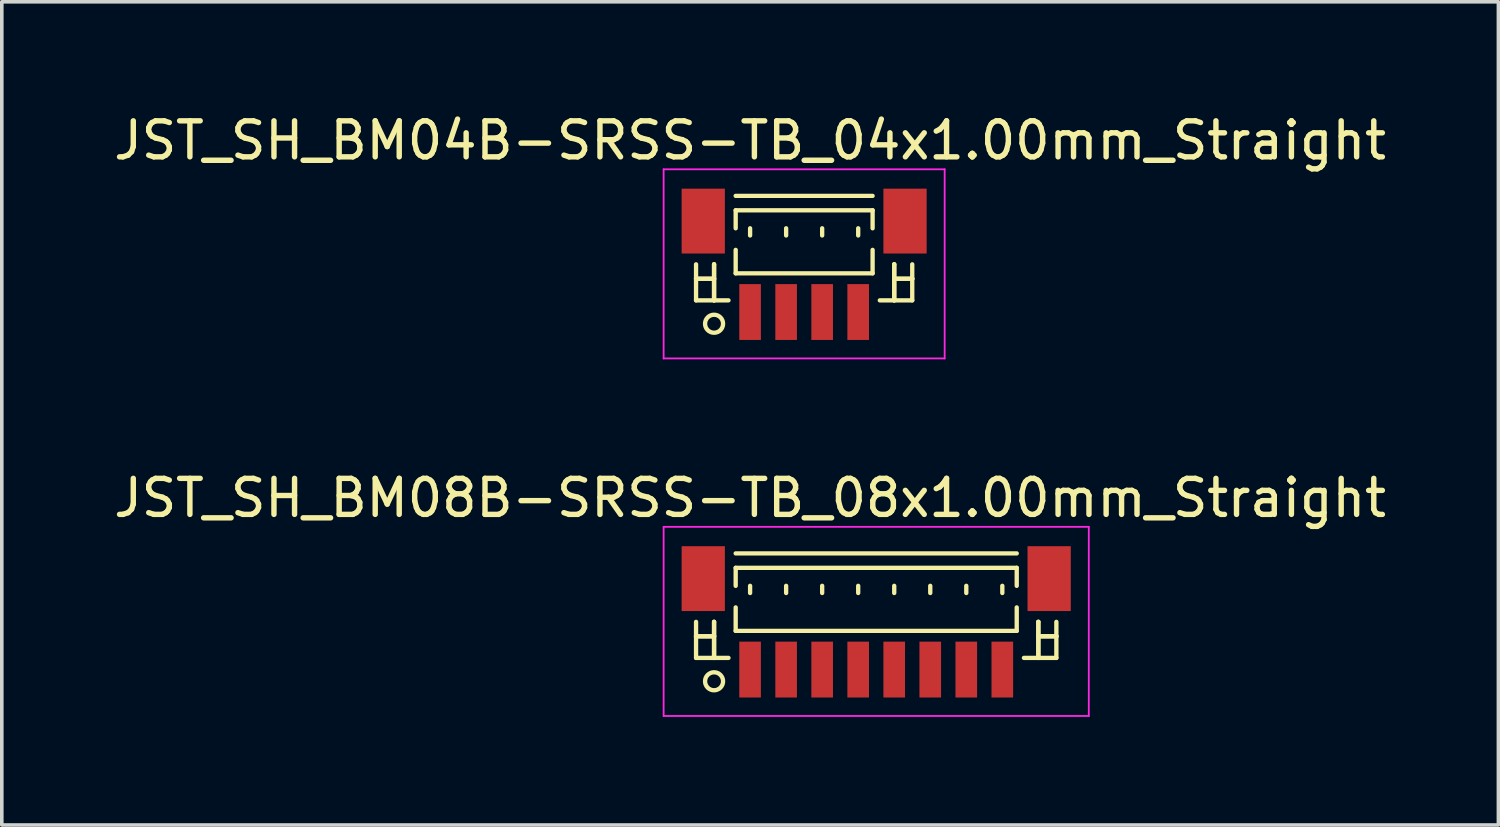
<source format=kicad_pcb>
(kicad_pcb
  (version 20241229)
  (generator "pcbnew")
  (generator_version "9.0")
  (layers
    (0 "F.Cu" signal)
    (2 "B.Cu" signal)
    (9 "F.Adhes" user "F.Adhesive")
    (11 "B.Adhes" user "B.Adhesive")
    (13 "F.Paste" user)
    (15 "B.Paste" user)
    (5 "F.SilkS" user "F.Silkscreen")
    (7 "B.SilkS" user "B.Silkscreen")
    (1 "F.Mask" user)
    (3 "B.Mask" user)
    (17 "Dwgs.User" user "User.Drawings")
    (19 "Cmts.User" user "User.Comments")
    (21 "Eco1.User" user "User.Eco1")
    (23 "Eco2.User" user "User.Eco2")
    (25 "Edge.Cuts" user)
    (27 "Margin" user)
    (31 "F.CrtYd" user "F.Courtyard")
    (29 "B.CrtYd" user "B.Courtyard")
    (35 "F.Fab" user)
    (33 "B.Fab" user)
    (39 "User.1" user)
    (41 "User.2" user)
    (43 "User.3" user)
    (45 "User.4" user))
  (footprint "JST_SH_BM08B-SRSS-TB_08x1.00mm_Straight"
    (layer "F.Cu")
    (at 21.268 14.271)
    (property "Reference" "JST_SH_BM08B-SRSS-TB_08x1.00mm_Straight" (at -3.5 -3.5 0) (layer "F.SilkS") (effects (font (size 1 1) (thickness 0.15))))
    (attr smd)
    (fp_line (start -5 -0.062) (end -5 0.938) (stroke (width 0.12) (type solid)) (layer "F.SilkS"))
    (fp_line (start -5 0.338) (end -5 0.338) (stroke (width 0.12) (type solid)) (layer "F.SilkS"))
    (fp_line (start -5 0.338) (end -4.5 0.338) (stroke (width 0.12) (type solid)) (layer "F.SilkS"))
    (fp_line (start -5 0.938) (end -4.1 0.938) (stroke (width 0.12) (type solid)) (layer "F.SilkS"))
    (fp_line (start -4.5 -0.062) (end -4.5 -0.062) (stroke (width 0.12) (type solid)) (layer "F.SilkS"))
    (fp_line (start -4.5 -0.062) (end -4.5 0.938) (stroke (width 0.12) (type solid)) (layer "F.SilkS"))
    (fp_line (start -4.5 0.338) (end -5 0.338) (stroke (width 0.12) (type solid)) (layer "F.SilkS"))
    (fp_line (start -4.5 0.338) (end -4.5 0.338) (stroke (width 0.12) (type solid)) (layer "F.SilkS"))
    (fp_line (start -4.5 0.938) (end -4.5 -0.062) (stroke (width 0.12) (type solid)) (layer "F.SilkS"))
    (fp_line (start -4.5 0.938) (end -4.5 0.938) (stroke (width 0.12) (type solid)) (layer "F.SilkS"))
    (fp_line (start -3.9 -1.962) (end 3.9 -1.962) (stroke (width 0.12) (type solid)) (layer "F.SilkS"))
    (fp_line (start -3.9 -1.562) (end 3.9 -1.562) (stroke (width 0.12) (type solid)) (layer "F.SilkS"))
    (fp_line (start -3.9 -1.062) (end -3.9 -1.562) (stroke (width 0.12) (type solid)) (layer "F.SilkS"))
    (fp_line (start -3.9 -0.463) (end -3.9 0.188) (stroke (width 0.12) (type solid)) (layer "F.SilkS"))
    (fp_line (start -3.9 0.188) (end 3.9 0.188) (stroke (width 0.12) (type solid)) (layer "F.SilkS"))
    (fp_line (start -3.5 -1.062) (end -3.5 -0.863) (stroke (width 0.12) (type solid)) (layer "F.SilkS"))
    (fp_line (start -2.5 -1.062) (end -2.5 -0.863) (stroke (width 0.12) (type solid)) (layer "F.SilkS"))
    (fp_line (start -1.5 -1.062) (end -1.5 -0.863) (stroke (width 0.12) (type solid)) (layer "F.SilkS"))
    (fp_line (start -0.5 -1.062) (end -0.5 -0.863) (stroke (width 0.12) (type solid)) (layer "F.SilkS"))
    (fp_line (start 0.5 -1.062) (end 0.5 -0.863) (stroke (width 0.12) (type solid)) (layer "F.SilkS"))
    (fp_line (start 1.5 -1.062) (end 1.5 -0.863) (stroke (width 0.12) (type solid)) (layer "F.SilkS"))
    (fp_line (start 2.5 -1.062) (end 2.5 -0.863) (stroke (width 0.12) (type solid)) (layer "F.SilkS"))
    (fp_line (start 3.5 -1.062) (end 3.5 -0.863) (stroke (width 0.12) (type solid)) (layer "F.SilkS"))
    (fp_line (start 3.9 -1.562) (end 3.9 -1.062) (stroke (width 0.12) (type solid)) (layer "F.SilkS"))
    (fp_line (start 3.9 0.188) (end 3.9 -0.463) (stroke (width 0.12) (type solid)) (layer "F.SilkS"))
    (fp_line (start 4.5 -0.062) (end 4.5 -0.062) (stroke (width 0.12) (type solid)) (layer "F.SilkS"))
    (fp_line (start 4.5 -0.062) (end 4.5 0.938) (stroke (width 0.12) (type solid)) (layer "F.SilkS"))
    (fp_line (start 4.5 0.338) (end 4.5 0.338) (stroke (width 0.12) (type solid)) (layer "F.SilkS"))
    (fp_line (start 4.5 0.338) (end 5 0.338) (stroke (width 0.12) (type solid)) (layer "F.SilkS"))
    (fp_line (start 4.5 0.938) (end 4.5 -0.062) (stroke (width 0.12) (type solid)) (layer "F.SilkS"))
    (fp_line (start 4.5 0.938) (end 4.5 0.938) (stroke (width 0.12) (type solid)) (layer "F.SilkS"))
    (fp_line (start 5 -0.062) (end 5 0.938) (stroke (width 0.12) (type solid)) (layer "F.SilkS"))
    (fp_line (start 5 0.338) (end 4.5 0.338) (stroke (width 0.12) (type solid)) (layer "F.SilkS"))
    (fp_line (start 5 0.338) (end 5 0.338) (stroke (width 0.12) (type solid)) (layer "F.SilkS"))
    (fp_line (start 5 0.938) (end 4.1 0.938) (stroke (width 0.12) (type solid)) (layer "F.SilkS"))
    (fp_circle (center -4.5 1.587) (end -4.25 1.587) (stroke (width 0.12) (type solid)) (fill no) (layer "F.SilkS"))
    (fp_line (start -5.9 -2.7) (end 5.9 -2.7) (stroke (width 0.05) (type solid)) (layer "F.CrtYd"))
    (fp_line (start -5.9 2.55) (end -5.9 -2.7) (stroke (width 0.05) (type solid)) (layer "F.CrtYd"))
    (fp_line (start 5.9 -2.7) (end 5.9 2.55) (stroke (width 0.05) (type solid)) (layer "F.CrtYd"))
    (fp_line (start 5.9 2.55) (end -5.9 2.55) (stroke (width 0.05) (type solid)) (layer "F.CrtYd"))
    (pad "" smd rect (at -4.8 -1.262) (size 1.2 1.8) (layers "F.Cu" "F.Mask" "F.Paste"))
    (pad "" smd rect (at 4.8 -1.262) (size 1.2 1.8) (layers "F.Cu" "F.Mask" "F.Paste"))
    (pad "1" smd rect (at -3.5 1.262) (size 0.6 1.55) (layers "F.Cu" "F.Mask" "F.Paste"))
    (pad "2" smd rect (at -2.5 1.262) (size 0.6 1.55) (layers "F.Cu" "F.Mask" "F.Paste"))
    (pad "3" smd rect (at -1.5 1.262) (size 0.6 1.55) (layers "F.Cu" "F.Mask" "F.Paste"))
    (pad "4" smd rect (at -0.5 1.262) (size 0.6 1.55) (layers "F.Cu" "F.Mask" "F.Paste"))
    (pad "5" smd rect (at 0.5 1.262) (size 0.6 1.55) (layers "F.Cu" "F.Mask" "F.Paste"))
    (pad "6" smd rect (at 1.5 1.262) (size 0.6 1.55) (layers "F.Cu" "F.Mask" "F.Paste"))
    (pad "7" smd rect (at 2.5 1.262) (size 0.6 1.55) (layers "F.Cu" "F.Mask" "F.Paste"))
    (pad "8" smd rect (at 3.5 1.262) (size 0.6 1.55) (layers "F.Cu" "F.Mask" "F.Paste")))
  (footprint "JST_SH_BM04B-SRSS-TB_04x1.00mm_Straight"
    (layer "F.Cu")
    (at 19.268 4.348)
    (property "Reference" "JST_SH_BM04B-SRSS-TB_04x1.00mm_Straight" (at -1.5 -3.5 0) (layer "F.SilkS") (effects (font (size 1 1) (thickness 0.15))))
    (attr smd)
    (fp_line (start -3 -0.062) (end -3 0.938) (stroke (width 0.12) (type solid)) (layer "F.SilkS"))
    (fp_line (start -3 0.338) (end -3 0.338) (stroke (width 0.12) (type solid)) (layer "F.SilkS"))
    (fp_line (start -3 0.338) (end -2.5 0.338) (stroke (width 0.12) (type solid)) (layer "F.SilkS"))
    (fp_line (start -3 0.938) (end -2.1 0.938) (stroke (width 0.12) (type solid)) (layer "F.SilkS"))
    (fp_line (start -2.5 -0.062) (end -2.5 -0.062) (stroke (width 0.12) (type solid)) (layer "F.SilkS"))
    (fp_line (start -2.5 -0.062) (end -2.5 0.938) (stroke (width 0.12) (type solid)) (layer "F.SilkS"))
    (fp_line (start -2.5 0.338) (end -3 0.338) (stroke (width 0.12) (type solid)) (layer "F.SilkS"))
    (fp_line (start -2.5 0.338) (end -2.5 0.338) (stroke (width 0.12) (type solid)) (layer "F.SilkS"))
    (fp_line (start -2.5 0.938) (end -2.5 -0.062) (stroke (width 0.12) (type solid)) (layer "F.SilkS"))
    (fp_line (start -2.5 0.938) (end -2.5 0.938) (stroke (width 0.12) (type solid)) (layer "F.SilkS"))
    (fp_line (start -1.9 -1.962) (end 1.9 -1.962) (stroke (width 0.12) (type solid)) (layer "F.SilkS"))
    (fp_line (start -1.9 -1.562) (end 1.9 -1.562) (stroke (width 0.12) (type solid)) (layer "F.SilkS"))
    (fp_line (start -1.9 -1.062) (end -1.9 -1.562) (stroke (width 0.12) (type solid)) (layer "F.SilkS"))
    (fp_line (start -1.9 -0.463) (end -1.9 0.188) (stroke (width 0.12) (type solid)) (layer "F.SilkS"))
    (fp_line (start -1.9 0.188) (end 1.9 0.188) (stroke (width 0.12) (type solid)) (layer "F.SilkS"))
    (fp_line (start -1.5 -1.062) (end -1.5 -0.863) (stroke (width 0.12) (type solid)) (layer "F.SilkS"))
    (fp_line (start -0.5 -1.062) (end -0.5 -0.863) (stroke (width 0.12) (type solid)) (layer "F.SilkS"))
    (fp_line (start 0.5 -1.062) (end 0.5 -0.863) (stroke (width 0.12) (type solid)) (layer "F.SilkS"))
    (fp_line (start 1.5 -1.062) (end 1.5 -0.863) (stroke (width 0.12) (type solid)) (layer "F.SilkS"))
    (fp_line (start 1.9 -1.562) (end 1.9 -1.062) (stroke (width 0.12) (type solid)) (layer "F.SilkS"))
    (fp_line (start 1.9 0.188) (end 1.9 -0.463) (stroke (width 0.12) (type solid)) (layer "F.SilkS"))
    (fp_line (start 2.5 -0.062) (end 2.5 -0.062) (stroke (width 0.12) (type solid)) (layer "F.SilkS"))
    (fp_line (start 2.5 -0.062) (end 2.5 0.938) (stroke (width 0.12) (type solid)) (layer "F.SilkS"))
    (fp_line (start 2.5 0.338) (end 2.5 0.338) (stroke (width 0.12) (type solid)) (layer "F.SilkS"))
    (fp_line (start 2.5 0.338) (end 3 0.338) (stroke (width 0.12) (type solid)) (layer "F.SilkS"))
    (fp_line (start 2.5 0.938) (end 2.5 -0.062) (stroke (width 0.12) (type solid)) (layer "F.SilkS"))
    (fp_line (start 2.5 0.938) (end 2.5 0.938) (stroke (width 0.12) (type solid)) (layer "F.SilkS"))
    (fp_line (start 3 -0.062) (end 3 0.938) (stroke (width 0.12) (type solid)) (layer "F.SilkS"))
    (fp_line (start 3 0.338) (end 2.5 0.338) (stroke (width 0.12) (type solid)) (layer "F.SilkS"))
    (fp_line (start 3 0.338) (end 3 0.338) (stroke (width 0.12) (type solid)) (layer "F.SilkS"))
    (fp_line (start 3 0.938) (end 2.1 0.938) (stroke (width 0.12) (type solid)) (layer "F.SilkS"))
    (fp_circle (center -2.5 1.587) (end -2.25 1.587) (stroke (width 0.12) (type solid)) (fill no) (layer "F.SilkS"))
    (fp_line (start -3.9 -2.7) (end 3.9 -2.7) (stroke (width 0.05) (type solid)) (layer "F.CrtYd"))
    (fp_line (start -3.9 2.55) (end -3.9 -2.7) (stroke (width 0.05) (type solid)) (layer "F.CrtYd"))
    (fp_line (start 3.9 -2.7) (end 3.9 2.55) (stroke (width 0.05) (type solid)) (layer "F.CrtYd"))
    (fp_line (start 3.9 2.55) (end -3.9 2.55) (stroke (width 0.05) (type solid)) (layer "F.CrtYd"))
    (pad "" smd rect (at -2.8 -1.262) (size 1.2 1.8) (layers "F.Cu" "F.Mask" "F.Paste"))
    (pad "" smd rect (at 2.8 -1.262) (size 1.2 1.8) (layers "F.Cu" "F.Mask" "F.Paste"))
    (pad "1" smd rect (at -1.5 1.262) (size 0.6 1.55) (layers "F.Cu" "F.Mask" "F.Paste"))
    (pad "2" smd rect (at -0.5 1.262) (size 0.6 1.55) (layers "F.Cu" "F.Mask" "F.Paste"))
    (pad "3" smd rect (at 0.5 1.262) (size 0.6 1.55) (layers "F.Cu" "F.Mask" "F.Paste"))
    (pad "4" smd rect (at 1.5 1.262) (size 0.6 1.55) (layers "F.Cu" "F.Mask" "F.Paste")))
  (gr_rect
    (start -3 -3)
    (end 38.536 19.846)
    (stroke (width 0.1) (type default))
    (fill no)
    (layer "Edge.Cuts")))
</source>
